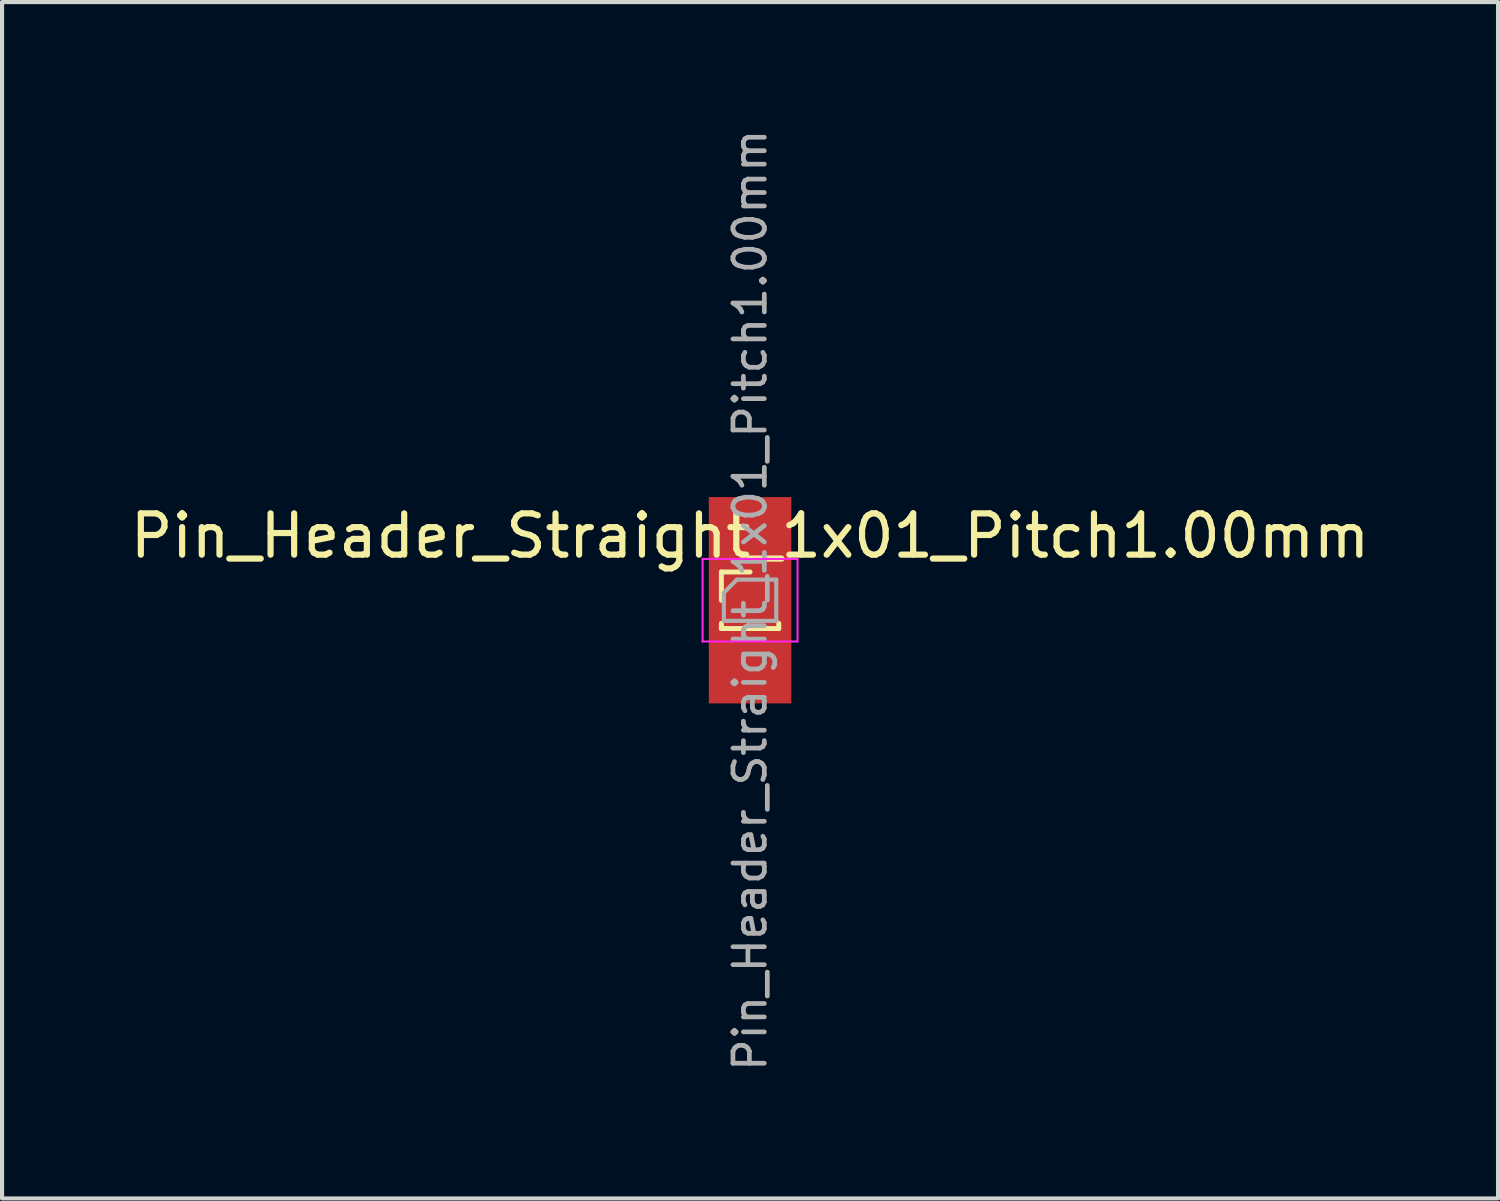
<source format=kicad_pcb>
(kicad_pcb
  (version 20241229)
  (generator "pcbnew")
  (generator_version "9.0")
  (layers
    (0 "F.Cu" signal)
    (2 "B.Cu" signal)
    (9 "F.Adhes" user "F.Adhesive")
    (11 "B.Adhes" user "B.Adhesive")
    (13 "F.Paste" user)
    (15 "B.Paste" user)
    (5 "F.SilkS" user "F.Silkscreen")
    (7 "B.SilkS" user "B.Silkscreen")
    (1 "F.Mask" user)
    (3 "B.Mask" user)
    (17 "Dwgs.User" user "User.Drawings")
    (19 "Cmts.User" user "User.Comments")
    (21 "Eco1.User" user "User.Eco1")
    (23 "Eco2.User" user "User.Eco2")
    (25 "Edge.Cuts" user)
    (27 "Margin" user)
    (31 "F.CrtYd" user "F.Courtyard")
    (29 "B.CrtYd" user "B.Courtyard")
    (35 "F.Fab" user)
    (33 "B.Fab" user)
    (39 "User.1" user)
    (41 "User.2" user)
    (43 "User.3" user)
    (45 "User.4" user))
  (footprint "Pin_Header_Straight_1x01_Pitch1.00mm"
    (layer "F.Cu")
    (at 15.125 11.495)
    (property "Reference" "Pin_Header_Straight_1x01_Pitch1.00mm" (at 0 -1.56 0) (layer "F.SilkS") (effects (font (size 1 1) (thickness 0.15))))
    (attr through_hole)
    (fp_line (start -0.695 -0.685) (end 0 -0.685) (stroke (width 0.12) (type solid)) (layer "F.SilkS"))
    (fp_line (start -0.695 0) (end -0.695 -0.685) (stroke (width 0.12) (type solid)) (layer "F.SilkS"))
    (fp_line (start -0.695 0.685) (end -0.695 0.56) (stroke (width 0.12) (type solid)) (layer "F.SilkS"))
    (fp_line (start -0.695 0.685) (end -0.608 0.685) (stroke (width 0.12) (type solid)) (layer "F.SilkS"))
    (fp_line (start -0.695 0.685) (end 0.695 0.685) (stroke (width 0.12) (type solid)) (layer "F.SilkS"))
    (fp_line (start 0.608 0.685) (end 0.695 0.685) (stroke (width 0.12) (type solid)) (layer "F.SilkS"))
    (fp_line (start 0.695 0.685) (end 0.695 0.56) (stroke (width 0.12) (type solid)) (layer "F.SilkS"))
    (fp_line (start -1.15 -1) (end -1.15 1) (stroke (width 0.05) (type solid)) (layer "F.CrtYd"))
    (fp_line (start -1.15 1) (end 1.15 1) (stroke (width 0.05) (type solid)) (layer "F.CrtYd"))
    (fp_line (start 1.15 -1) (end -1.15 -1) (stroke (width 0.05) (type solid)) (layer "F.CrtYd"))
    (fp_line (start 1.15 1) (end 1.15 -1) (stroke (width 0.05) (type solid)) (layer "F.CrtYd"))
    (fp_line (start -0.635 -0.182) (end -0.318 -0.5) (stroke (width 0.1) (type solid)) (layer "F.Fab"))
    (fp_line (start -0.635 0.5) (end -0.635 -0.182) (stroke (width 0.1) (type solid)) (layer "F.Fab"))
    (fp_line (start -0.318 -0.5) (end 0.635 -0.5) (stroke (width 0.1) (type solid)) (layer "F.Fab"))
    (fp_line (start 0.635 -0.5) (end 0.635 0.5) (stroke (width 0.1) (type solid)) (layer "F.Fab"))
    (fp_line (start 0.635 0.5) (end -0.635 0.5) (stroke (width 0.1) (type solid)) (layer "F.Fab"))
    (fp_text user "${REFERENCE}" (at 0 0 90) (layer "F.Fab") (effects (font (size 0.76 0.76) (thickness 0.114))))
    (pad "1" smd rect (at 0 0) (size 2 5) (layers "F.Cu" "F.Mask" "F.Paste")))
  (gr_rect
    (start -3 -3)
    (end 33.25 25.99)
    (stroke (width 0.1) (type default))
    (fill no)
    (layer "Edge.Cuts")))
</source>
